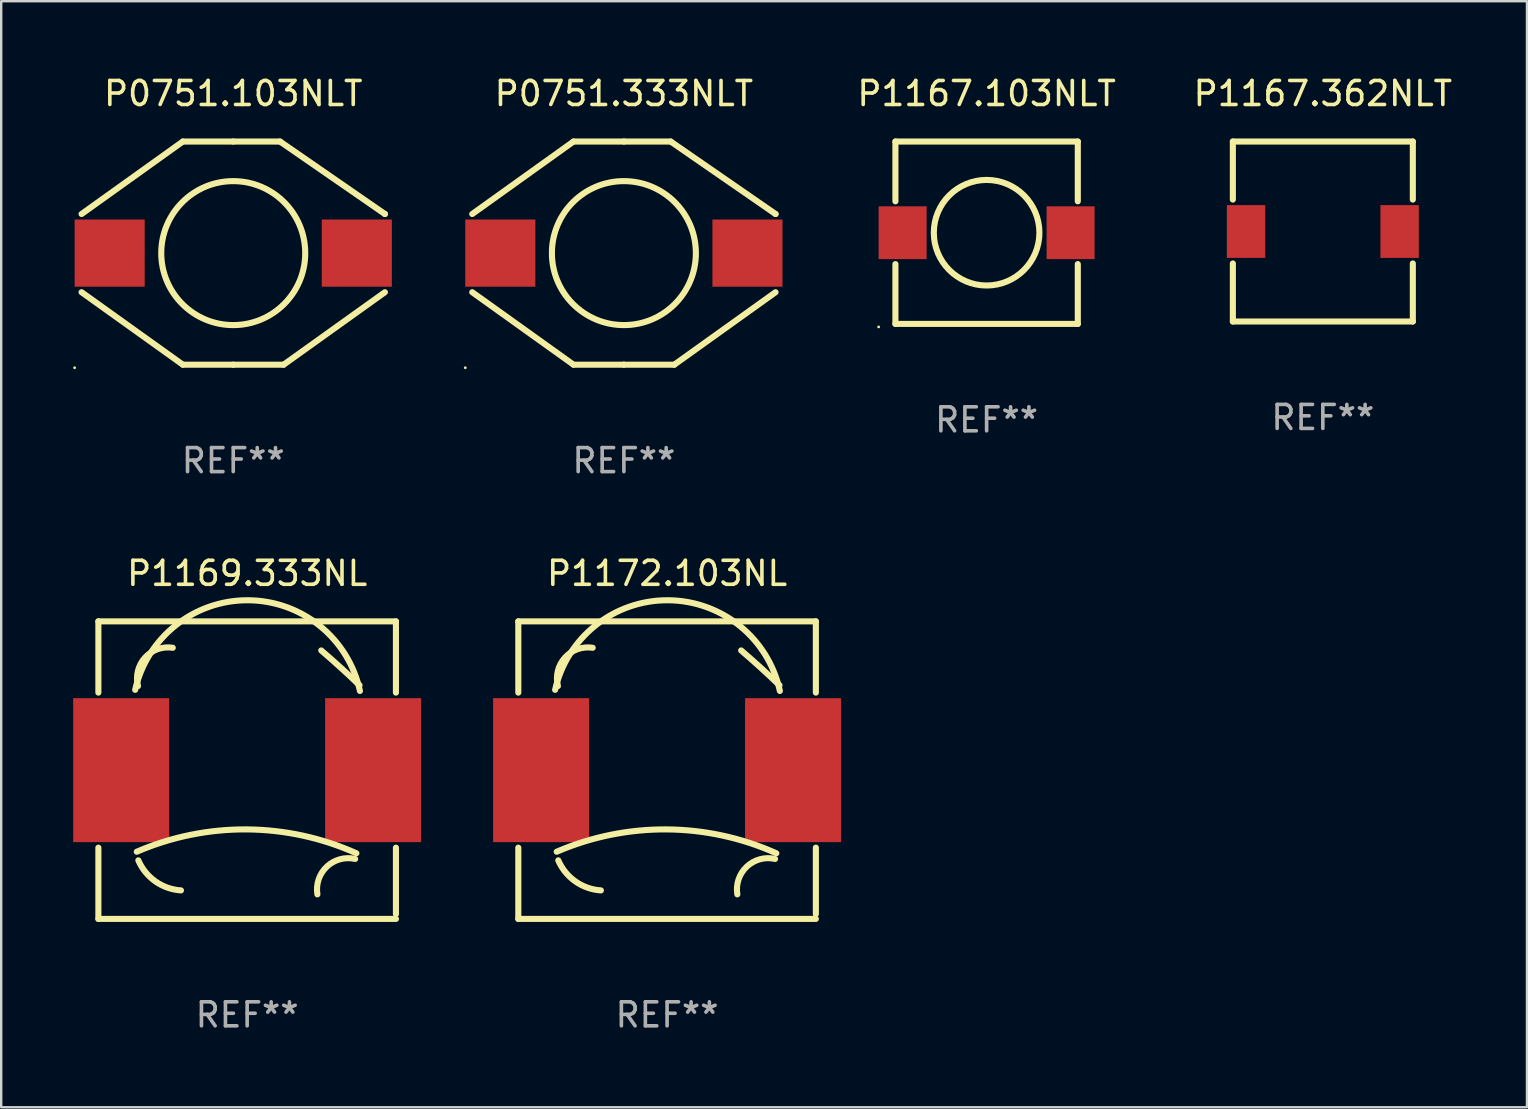
<source format=kicad_pcb>
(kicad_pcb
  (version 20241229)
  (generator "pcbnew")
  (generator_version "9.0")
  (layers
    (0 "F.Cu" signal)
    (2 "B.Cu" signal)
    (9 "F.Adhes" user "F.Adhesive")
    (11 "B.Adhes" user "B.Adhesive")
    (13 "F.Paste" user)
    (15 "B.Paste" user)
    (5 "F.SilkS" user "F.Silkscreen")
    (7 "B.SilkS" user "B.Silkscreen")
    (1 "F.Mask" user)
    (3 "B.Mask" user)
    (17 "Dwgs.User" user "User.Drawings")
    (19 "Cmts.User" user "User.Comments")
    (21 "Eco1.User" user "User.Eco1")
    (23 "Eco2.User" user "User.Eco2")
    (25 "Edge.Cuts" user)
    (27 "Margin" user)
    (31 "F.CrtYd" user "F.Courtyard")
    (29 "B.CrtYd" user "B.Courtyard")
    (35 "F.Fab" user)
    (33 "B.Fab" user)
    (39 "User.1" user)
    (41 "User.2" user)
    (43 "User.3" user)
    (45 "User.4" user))
  (footprint "P0751.103NLT"
    (layer "F.Cu")
    (at 6.67 7.498)
    (property "Reference" "P0751.103NLT" (at 0 -6.65 0) (layer "F.SilkS") (effects (font (size 1 1) (thickness 0.15))))
    (attr through_hole)
    (fp_line (start -2.1 -4.65) (end -6.32 -1.63) (stroke (width 0.254) (type solid)) (layer "F.SilkS"))
    (fp_line (start -2.1 4.65) (end -6.32 1.63) (stroke (width 0.254) (type solid)) (layer "F.SilkS"))
    (fp_line (start 0 -4.65) (end -2.1 -4.65) (stroke (width 0.254) (type solid)) (layer "F.SilkS"))
    (fp_line (start 0 -4.65) (end 1.95 -4.65) (stroke (width 0.254) (type solid)) (layer "F.SilkS"))
    (fp_line (start 0 4.65) (end -2.1 4.65) (stroke (width 0.254) (type solid)) (layer "F.SilkS"))
    (fp_line (start 0 4.65) (end 2.1 4.65) (stroke (width 0.254) (type solid)) (layer "F.SilkS"))
    (fp_line (start 1.95 -4.65) (end 6.32 -1.63) (stroke (width 0.254) (type solid)) (layer "F.SilkS"))
    (fp_line (start 2.1 4.65) (end 6.32 1.63) (stroke (width 0.254) (type solid)) (layer "F.SilkS"))
    (fp_line (start 6.32 -1.63) (end 6.32 -1.631) (stroke (width 0.254) (type solid)) (layer "F.SilkS"))
    (fp_circle (center -6.61 4.777) (end -6.58 4.777) (stroke (width 0.06) (type solid)) (fill no) (layer "F.SilkS"))
    (fp_circle (center 0 0) (end 3 0) (stroke (width 0.254) (type solid)) (fill no) (layer "F.SilkS"))
    (fp_text user "REF**" (at 0 8.65 0) (layer "F.Fab") (effects (font (size 1 1) (thickness 0.15))))
    (pad "1" smd rect (at -5.15 0) (size 2.92 2.8) (layers "F.Cu" "F.Mask" "F.Paste"))
    (pad "2" smd rect (at 5.15 0) (size 2.92 2.8) (layers "F.Cu" "F.Mask" "F.Paste")))
  (footprint "P1169.333NL"
    (layer "F.Cu")
    (at 7.25 29.045)
    (property "Reference" "P1169.333NL" (at 0 -8.2 0) (layer "F.SilkS") (effects (font (size 1 1) (thickness 0.15))))
    (attr through_hole)
    (fp_line (start -6.2 -6.2) (end -6.2 -3.231) (stroke (width 0.254) (type solid)) (layer "F.SilkS"))
    (fp_line (start -6.2 -6.2) (end 6.2 -6.2) (stroke (width 0.254) (type solid)) (layer "F.SilkS"))
    (fp_line (start -6.2 3.231) (end -6.2 6.2) (stroke (width 0.254) (type solid)) (layer "F.SilkS"))
    (fp_line (start -6.2 6.2) (end 6.2 6.2) (stroke (width 0.254) (type solid)) (layer "F.SilkS"))
    (fp_line (start 6.2 -6.2) (end 6.2 -3.231) (stroke (width 0.254) (type solid)) (layer "F.SilkS"))
    (fp_line (start 6.2 3.231) (end 6.2 6) (stroke (width 0.254) (type solid)) (layer "F.SilkS"))
    (fp_arc (start -4.666268 -3.347523) (mid 0.035925 -7.080035) (end 4.7 -3.3) (stroke (width 0.254001) (type solid)) (layer "F.SilkS"))
    (fp_arc (start -4.6 3.4) (mid -0.017181 2.469621) (end 4.552248 3.463678) (stroke (width 0.254001) (type solid)) (layer "F.SilkS"))
    (fp_arc (start -4.54986 -3.504115) (mid -4.254361 -4.692196) (end -3.1 -5.099999) (stroke (width 0.254001) (type solid)) (layer "F.SilkS"))
    (fp_arc (start -2.758293 5.011176) (mid -3.822943 4.635946) (end -4.534316 3.759462) (stroke (width 0.254001) (type solid)) (layer "F.SilkS"))
    (fp_arc (start 2.927153 5.17587) (mid 3.321583 4.020185) (end 4.5 3.7) (stroke (width 0.254001) (type solid)) (layer "F.SilkS"))
    (fp_arc (start 3.08763 -4.988189) (mid 3.895745 -4.274456) (end 4.683515 -3.538329) (stroke (width 0.254001) (type solid)) (layer "F.SilkS"))
    (fp_circle (center -6.15 6.15) (end -6.12 6.15) (stroke (width 0.06) (type solid)) (fill no) (layer "F.SilkS"))
    (fp_text user "REF**" (at 0 10.2 0) (layer "F.Fab") (effects (font (size 1 1) (thickness 0.15))))
    (pad "1" smd rect (at -5.25 0) (size 4 6) (layers "F.Cu" "F.Mask" "F.Paste"))
    (pad "2" smd rect (at 5.25 0) (size 4 6) (layers "F.Cu" "F.Mask" "F.Paste")))
  (footprint "P1167.362NLT"
    (layer "F.Cu")
    (at 52.078 6.598)
    (property "Reference" "P1167.362NLT" (at 0 -5.75 0) (layer "F.SilkS") (effects (font (size 1 1) (thickness 0.15))))
    (attr through_hole)
    (fp_line (start -3.75 -3.75) (end -3.75 -1.331) (stroke (width 0.254) (type solid)) (layer "F.SilkS"))
    (fp_line (start -3.75 -3.75) (end 3.75 -3.75) (stroke (width 0.254) (type solid)) (layer "F.SilkS"))
    (fp_line (start -3.75 1.331) (end -3.75 3.75) (stroke (width 0.254) (type solid)) (layer "F.SilkS"))
    (fp_line (start 3.75 -1.331) (end 3.75 -3.75) (stroke (width 0.254) (type solid)) (layer "F.SilkS"))
    (fp_line (start 3.75 3.75) (end -3.75 3.75) (stroke (width 0.254) (type solid)) (layer "F.SilkS"))
    (fp_line (start 3.75 3.75) (end 3.75 1.331) (stroke (width 0.254) (type solid)) (layer "F.SilkS"))
    (fp_circle (center -3.75 3.75) (end -3.72 3.75) (stroke (width 0.06) (type solid)) (fill no) (layer "F.SilkS"))
    (fp_text user "REF**" (at 0 7.75 0) (layer "F.Fab") (effects (font (size 1 1) (thickness 0.15))))
    (pad "1" smd rect (at -3.2 0 90) (size 2.2 1.6) (layers "F.Cu" "F.Mask" "F.Paste"))
    (pad "2" smd rect (at 3.2 0 90) (size 2.2 1.6) (layers "F.Cu" "F.Mask" "F.Paste")))
  (footprint "P0751.333NLT"
    (layer "F.Cu")
    (at 22.95 7.498)
    (property "Reference" "P0751.333NLT" (at 0 -6.65 0) (layer "F.SilkS") (effects (font (size 1 1) (thickness 0.15))))
    (attr through_hole)
    (fp_line (start -2.1 -4.65) (end -6.32 -1.63) (stroke (width 0.254) (type solid)) (layer "F.SilkS"))
    (fp_line (start -2.1 4.65) (end -6.32 1.63) (stroke (width 0.254) (type solid)) (layer "F.SilkS"))
    (fp_line (start 0 -4.65) (end -2.1 -4.65) (stroke (width 0.254) (type solid)) (layer "F.SilkS"))
    (fp_line (start 0 -4.65) (end 1.95 -4.65) (stroke (width 0.254) (type solid)) (layer "F.SilkS"))
    (fp_line (start 0 4.65) (end -2.1 4.65) (stroke (width 0.254) (type solid)) (layer "F.SilkS"))
    (fp_line (start 0 4.65) (end 2.1 4.65) (stroke (width 0.254) (type solid)) (layer "F.SilkS"))
    (fp_line (start 1.95 -4.65) (end 6.32 -1.63) (stroke (width 0.254) (type solid)) (layer "F.SilkS"))
    (fp_line (start 2.1 4.65) (end 6.32 1.63) (stroke (width 0.254) (type solid)) (layer "F.SilkS"))
    (fp_line (start 6.32 -1.63) (end 6.32 -1.631) (stroke (width 0.254) (type solid)) (layer "F.SilkS"))
    (fp_circle (center -6.61 4.777) (end -6.58 4.777) (stroke (width 0.06) (type solid)) (fill no) (layer "F.SilkS"))
    (fp_circle (center 0 0) (end 3 0) (stroke (width 0.254) (type solid)) (fill no) (layer "F.SilkS"))
    (fp_text user "REF**" (at 0 8.65 0) (layer "F.Fab") (effects (font (size 1 1) (thickness 0.15))))
    (pad "1" smd rect (at -5.15 0) (size 2.92 2.8) (layers "F.Cu" "F.Mask" "F.Paste"))
    (pad "2" smd rect (at 5.15 0) (size 2.92 2.8) (layers "F.Cu" "F.Mask" "F.Paste")))
  (footprint "P1167.103NLT"
    (layer "F.Cu")
    (at 38.066 6.648)
    (property "Reference" "P1167.103NLT" (at 0 -5.8 0) (layer "F.SilkS") (effects (font (size 1 1) (thickness 0.15))))
    (attr through_hole)
    (fp_line (start -3.8 -3.8) (end 3.8 -3.8) (stroke (width 0.254) (type solid)) (layer "F.SilkS"))
    (fp_line (start -3.8 -1.308) (end -3.8 -3.8) (stroke (width 0.254) (type solid)) (layer "F.SilkS"))
    (fp_line (start -3.8 3.8) (end -3.8 1.308) (stroke (width 0.254) (type solid)) (layer "F.SilkS"))
    (fp_line (start 3.8 -3.8) (end 3.8 -1.308) (stroke (width 0.254) (type solid)) (layer "F.SilkS"))
    (fp_line (start 3.8 1.308) (end 3.8 3.8) (stroke (width 0.254) (type solid)) (layer "F.SilkS"))
    (fp_line (start 3.8 3.8) (end -3.8 3.8) (stroke (width 0.254) (type solid)) (layer "F.SilkS"))
    (fp_circle (center -4.5 3.927) (end -4.47 3.927) (stroke (width 0.06) (type solid)) (fill no) (layer "F.SilkS"))
    (fp_circle (center 0 0) (end 2.2 0) (stroke (width 0.254) (type solid)) (fill no) (layer "F.SilkS"))
    (fp_text user "REF**" (at 0 7.8 0) (layer "F.Fab") (effects (font (size 1 1) (thickness 0.15))))
    (pad "1" smd rect (at -3.5 0) (size 2 2.2) (layers "F.Cu" "F.Mask" "F.Paste"))
    (pad "2" smd rect (at 3.5 0) (size 2 2.2) (layers "F.Cu" "F.Mask" "F.Paste")))
  (footprint "P1172.103NL"
    (layer "F.Cu")
    (at 24.75 29.045)
    (property "Reference" "P1172.103NL" (at 0 -8.2 0) (layer "F.SilkS") (effects (font (size 1 1) (thickness 0.15))))
    (attr through_hole)
    (fp_line (start -6.2 -6.2) (end -6.2 -3.231) (stroke (width 0.254) (type solid)) (layer "F.SilkS"))
    (fp_line (start -6.2 -6.2) (end 6.2 -6.2) (stroke (width 0.254) (type solid)) (layer "F.SilkS"))
    (fp_line (start -6.2 3.231) (end -6.2 6.2) (stroke (width 0.254) (type solid)) (layer "F.SilkS"))
    (fp_line (start -6.2 6.2) (end 6.2 6.2) (stroke (width 0.254) (type solid)) (layer "F.SilkS"))
    (fp_line (start 6.2 -6.2) (end 6.2 -3.231) (stroke (width 0.254) (type solid)) (layer "F.SilkS"))
    (fp_line (start 6.2 3.231) (end 6.2 6) (stroke (width 0.254) (type solid)) (layer "F.SilkS"))
    (fp_arc (start -4.666268 -3.347523) (mid 0.035925 -7.080035) (end 4.7 -3.3) (stroke (width 0.254001) (type solid)) (layer "F.SilkS"))
    (fp_arc (start -4.6 3.4) (mid -0.017181 2.469621) (end 4.552248 3.463678) (stroke (width 0.254001) (type solid)) (layer "F.SilkS"))
    (fp_arc (start -4.54986 -3.504115) (mid -4.254361 -4.692196) (end -3.1 -5.099999) (stroke (width 0.254001) (type solid)) (layer "F.SilkS"))
    (fp_arc (start -2.758293 5.011176) (mid -3.822943 4.635946) (end -4.534316 3.759462) (stroke (width 0.254001) (type solid)) (layer "F.SilkS"))
    (fp_arc (start 2.927153 5.17587) (mid 3.321583 4.020185) (end 4.5 3.7) (stroke (width 0.254001) (type solid)) (layer "F.SilkS"))
    (fp_arc (start 3.08763 -4.988189) (mid 3.895745 -4.274456) (end 4.683515 -3.538329) (stroke (width 0.254001) (type solid)) (layer "F.SilkS"))
    (fp_circle (center -6.15 6.15) (end -6.12 6.15) (stroke (width 0.06) (type solid)) (fill no) (layer "F.SilkS"))
    (fp_text user "REF**" (at 0 10.2 0) (layer "F.Fab") (effects (font (size 1 1) (thickness 0.15))))
    (pad "1" smd rect (at -5.25 0) (size 4 6) (layers "F.Cu" "F.Mask" "F.Paste"))
    (pad "2" smd rect (at 5.25 0) (size 4 6) (layers "F.Cu" "F.Mask" "F.Paste")))
  (gr_rect
    (start -3 -3)
    (end 60.584 43.093)
    (stroke (width 0.1) (type default))
    (fill no)
    (layer "Edge.Cuts")))
</source>
